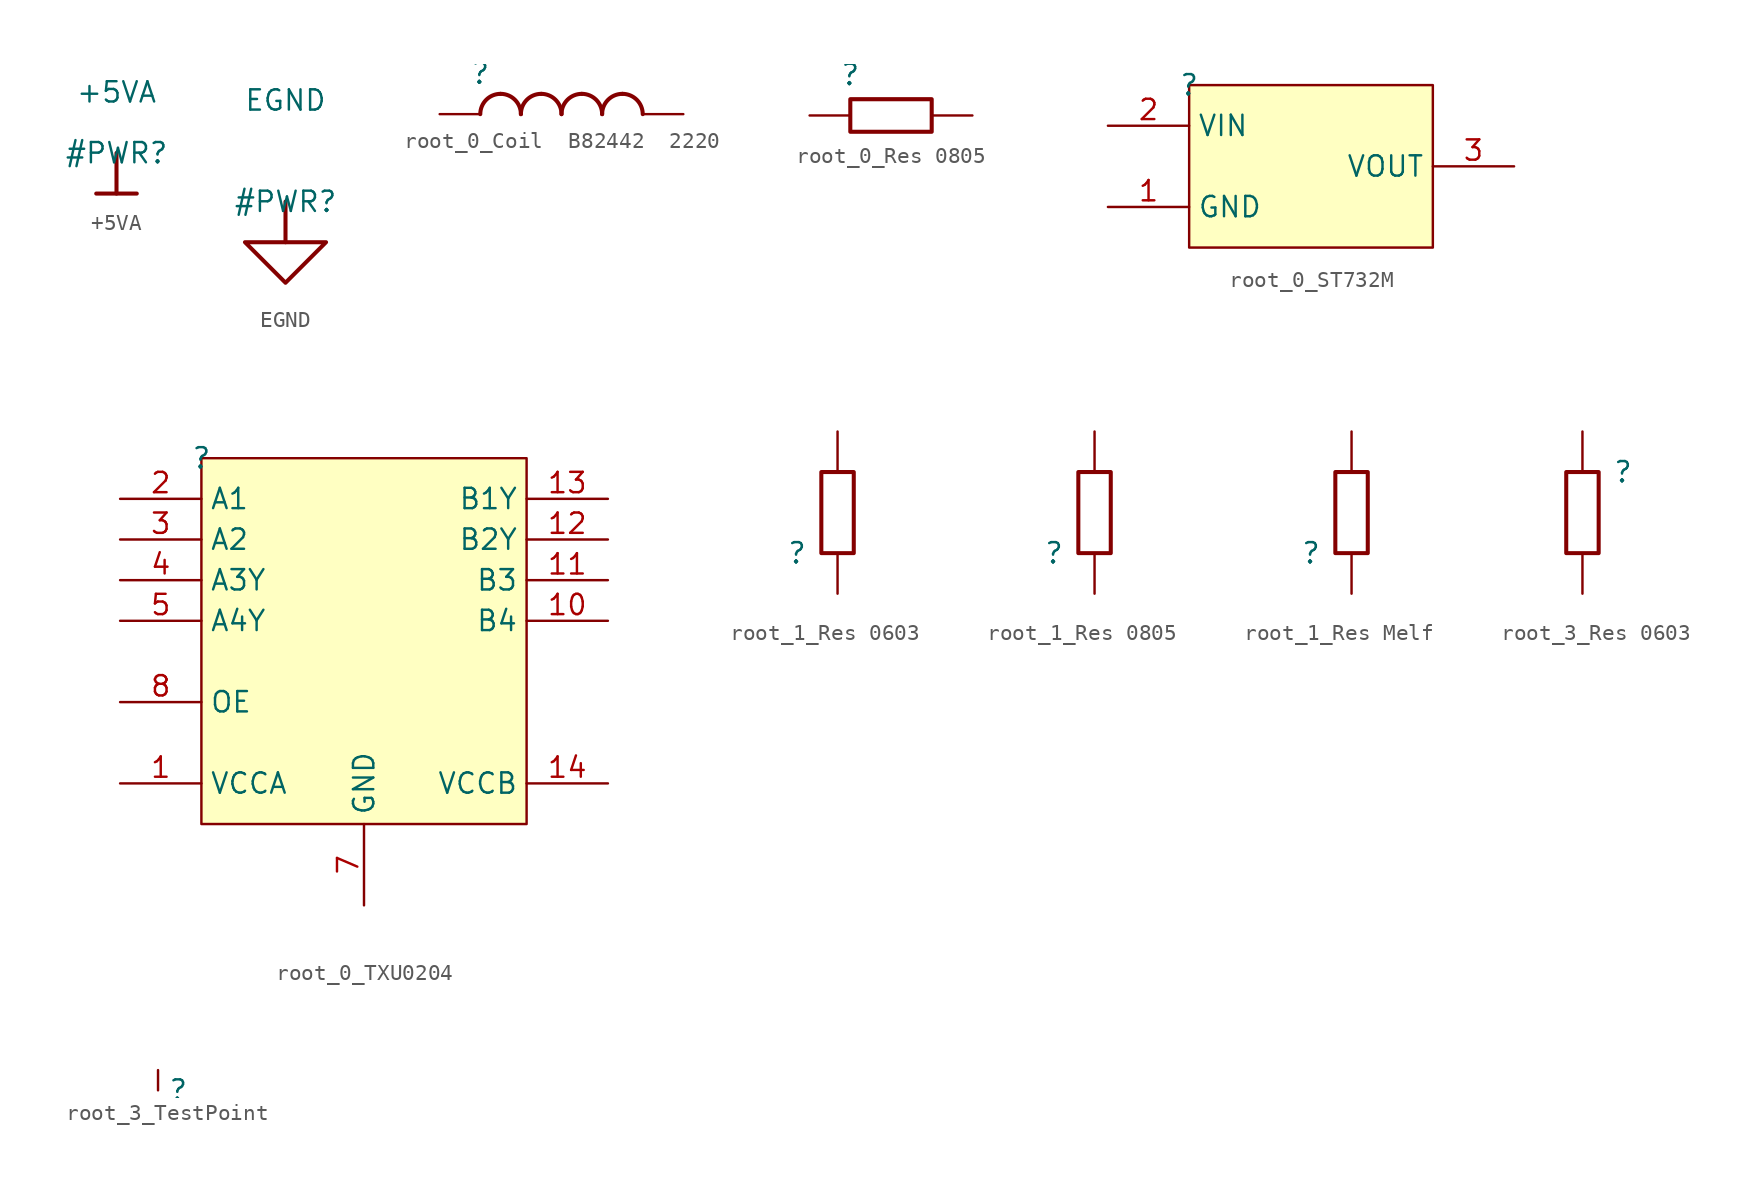
<source format=kicad_sym>
(kicad_symbol_lib
  (version 20220914)
  (generator kicad_symbol_editor)
  (symbol "+5VA"
    (power)
    (property "Reference" "#PWR"
      (at 0 0 0)
      (effects (font (size 1.27 1.27))))
    (property "Value" "+5VA"
      (at 0 3.81 0)
      (effects (font (size 1.27 1.27))))
    (symbol "+5VA_0_0"
      (polyline (pts (xy -1.27 -2.54) (xy 1.27 -2.54)) (stroke (width 0.254) (type solid)) (fill (type none)))
      (polyline (pts (xy 0 0) (xy 0 -2.54)) (stroke (width 0.254) (type solid)) (fill (type none)))
      (pin power_in line (at 0 0 0) (length 0) hide (name "+5VA" (effects (font (size 1.27 1.27)))) (number "" (effects (font (size 1.27 1.27)))))))
  (symbol "EGND"
    (power)
    (property "Reference" "#PWR"
      (at 0 0 0)
      (effects (font (size 1.27 1.27))))
    (property "Value" "EGND"
      (at 0 6.35 0)
      (effects (font (size 1.27 1.27))))
    (symbol "EGND_0_0"
      (polyline (pts (xy 0 0) (xy 0 -2.54)) (stroke (width 0.254) (type solid)) (fill (type none)))
      (polyline (pts (xy -2.54 -2.54) (xy 2.54 -2.54) (xy 0 -5.08) (xy -2.54 -2.54)) (stroke (width 0.254) (type solid)) (fill (type none)))
      (pin power_in line (at 0 0 0) (length 0) hide (name "EGND" (effects (font (size 1.27 1.27)))) (number "" (effects (font (size 1.27 1.27)))))))
  (symbol "root_0_Coil  B82442  2220"
    (property "Reference" ""
      (at 0 0 0)
      (effects (font (size 1.27 1.27))))
    (property "Value" ""
      (at 0 0 0)
      (effects (font (size 1.27 1.27))))
    (symbol "root_0_Coil  B82442  2220_1_0"
      (arc (start 1.27 -1.27) (mid 0.372 -1.642) (end 0 -2.54) (stroke (width 0.254) (type solid)) (fill (type none)))
      (arc (start 2.54 -2.54) (mid 2.168 -1.642) (end 1.27 -1.27) (stroke (width 0.254) (type solid)) (fill (type none)))
      (arc (start 3.81 -1.27) (mid 2.912 -1.642) (end 2.54 -2.54) (stroke (width 0.254) (type solid)) (fill (type none)))
      (arc (start 5.08 -2.54) (mid 4.708 -1.642) (end 3.81 -1.27) (stroke (width 0.254) (type solid)) (fill (type none)))
      (arc (start 6.35 -1.27) (mid 5.452 -1.642) (end 5.08 -2.54) (stroke (width 0.254) (type solid)) (fill (type none)))
      (arc (start 7.62 -2.54) (mid 7.248 -1.642) (end 6.35 -1.27) (stroke (width 0.254) (type solid)) (fill (type none)))
      (arc (start 8.89 -1.27) (mid 7.992 -1.642) (end 7.62 -2.54) (stroke (width 0.254) (type solid)) (fill (type none)))
      (arc (start 10.16 -2.54) (mid 9.788 -1.642) (end 8.89 -1.27) (stroke (width 0.254) (type solid)) (fill (type none)))
      (pin passive line (at -2.54 -2.54 0) (length 2.54) (name "1" (effects (font (size 0 0)))) (number "1" (effects (font (size 0 0)))))
      (pin passive line (at 12.7 -2.54 180) (length 2.54) (name "2" (effects (font (size 0 0)))) (number "2" (effects (font (size 0 0)))))))
  (symbol "root_0_Res 0805"
    (property "Reference" ""
      (at 0 0 0)
      (effects (font (size 1.27 1.27))))
    (property "Value" ""
      (at 0 0 0)
      (effects (font (size 1.27 1.27))))
    (symbol "root_0_Res 0805_1_0"
      (rectangle (start 5.08 -1.524) (end 0 -3.556) (stroke (width 0.254) (type solid)) (fill (type none)))
      (pin passive line (at -2.54 -2.54 0) (length 2.54) (name "1" (effects (font (size 0 0)))) (number "1" (effects (font (size 0 0)))))
      (pin passive line (at 7.62 -2.54 180) (length 2.54) (name "2" (effects (font (size 0 0)))) (number "2" (effects (font (size 0 0)))))))
  (symbol "root_0_ST732M"
    (property "Reference" ""
      (at 0 0 0)
      (effects (font (size 1.27 1.27))))
    (property "Value" ""
      (at 0 0 0)
      (effects (font (size 1.27 1.27))))
    (symbol "root_0_ST732M_1_0"
      (rectangle (start 15.24 0) (end 0 -10.16) (stroke (width 0) (type solid)) (fill (type background)))
      (pin power_in line (at -5.08 -7.62 0) (length 5.08) (name "GND" (effects (font (size 1.27 1.27)))) (number "1" (effects (font (size 1.27 1.27)))))
      (pin passive line (at -5.08 -2.54 0) (length 5.08) (name "VIN" (effects (font (size 1.27 1.27)))) (number "2" (effects (font (size 1.27 1.27)))))
      (pin passive line (at 20.32 -5.08 180) (length 5.08) (name "VOUT" (effects (font (size 1.27 1.27)))) (number "3" (effects (font (size 1.27 1.27)))))))
  (symbol "root_0_TXU0204"
    (property "Reference" ""
      (at 0 0 0)
      (effects (font (size 1.27 1.27))))
    (property "Value" ""
      (at 0 0 0)
      (effects (font (size 1.27 1.27))))
    (symbol "root_0_TXU0204_1_0"
      (rectangle (start 20.32 0) (end 0 -22.86) (stroke (width 0) (type solid)) (fill (type background)))
      (pin power_in line (at -5.08 -20.32 0) (length 5.08) (name "VCCA" (effects (font (size 1.27 1.27)))) (number "1" (effects (font (size 1.27 1.27)))))
      (pin input line (at 25.4 -10.16 180) (length 5.08) (name "B4" (effects (font (size 1.27 1.27)))) (number "10" (effects (font (size 1.27 1.27)))))
      (pin input line (at 25.4 -7.62 180) (length 5.08) (name "B3" (effects (font (size 1.27 1.27)))) (number "11" (effects (font (size 1.27 1.27)))))
      (pin output line (at 25.4 -5.08 180) (length 5.08) (name "B2Y" (effects (font (size 1.27 1.27)))) (number "12" (effects (font (size 1.27 1.27)))))
      (pin output line (at 25.4 -2.54 180) (length 5.08) (name "B1Y" (effects (font (size 1.27 1.27)))) (number "13" (effects (font (size 1.27 1.27)))))
      (pin power_in line (at 25.4 -20.32 180) (length 5.08) (name "VCCB" (effects (font (size 1.27 1.27)))) (number "14" (effects (font (size 1.27 1.27)))))
      (pin input line (at -5.08 -2.54 0) (length 5.08) (name "A1" (effects (font (size 1.27 1.27)))) (number "2" (effects (font (size 1.27 1.27)))))
      (pin input line (at -5.08 -5.08 0) (length 5.08) (name "A2" (effects (font (size 1.27 1.27)))) (number "3" (effects (font (size 1.27 1.27)))))
      (pin output line (at -5.08 -7.62 0) (length 5.08) (name "A3Y" (effects (font (size 1.27 1.27)))) (number "4" (effects (font (size 1.27 1.27)))))
      (pin output line (at -5.08 -10.16 0) (length 5.08) (name "A4Y" (effects (font (size 1.27 1.27)))) (number "5" (effects (font (size 1.27 1.27)))))
      (pin power_in line (at 10.16 -27.94 90) (length 5.08) (name "GND" (effects (font (size 1.27 1.27)))) (number "7" (effects (font (size 1.27 1.27)))))
      (pin input line (at -5.08 -15.24 0) (length 5.08) (name "OE" (effects (font (size 1.27 1.27)))) (number "8" (effects (font (size 1.27 1.27)))))))
  (symbol "root_1_Res 0603"
    (property "Reference" ""
      (at 0 0 0)
      (effects (font (size 1.27 1.27))))
    (property "Value" ""
      (at 0 0 0)
      (effects (font (size 1.27 1.27))))
    (symbol "root_1_Res 0603_1_0"
      (rectangle (start 3.556 5.08) (end 1.524 0) (stroke (width 0.254) (type solid)) (fill (type none)))
      (pin passive line (at 2.54 -2.54 90) (length 2.54) (name "1" (effects (font (size 0 0)))) (number "1" (effects (font (size 0 0)))))
      (pin passive line (at 2.54 7.62 270) (length 2.54) (name "2" (effects (font (size 0 0)))) (number "2" (effects (font (size 0 0)))))))
  (symbol "root_1_Res 0805"
    (property "Reference" ""
      (at 0 0 0)
      (effects (font (size 1.27 1.27))))
    (property "Value" ""
      (at 0 0 0)
      (effects (font (size 1.27 1.27))))
    (symbol "root_1_Res 0805_1_0"
      (rectangle (start 3.556 5.08) (end 1.524 0) (stroke (width 0.254) (type solid)) (fill (type none)))
      (pin passive line (at 2.54 -2.54 90) (length 2.54) (name "1" (effects (font (size 0 0)))) (number "1" (effects (font (size 0 0)))))
      (pin passive line (at 2.54 7.62 270) (length 2.54) (name "2" (effects (font (size 0 0)))) (number "2" (effects (font (size 0 0)))))))
  (symbol "root_1_Res Melf"
    (property "Reference" ""
      (at 0 0 0)
      (effects (font (size 1.27 1.27))))
    (property "Value" ""
      (at 0 0 0)
      (effects (font (size 1.27 1.27))))
    (symbol "root_1_Res Melf_1_0"
      (rectangle (start 3.556 5.08) (end 1.524 0) (stroke (width 0.254) (type solid)) (fill (type none)))
      (pin passive line (at 2.54 -2.54 90) (length 2.54) (name "1" (effects (font (size 0 0)))) (number "1" (effects (font (size 0 0)))))
      (pin passive line (at 2.54 7.62 270) (length 2.54) (name "2" (effects (font (size 0 0)))) (number "2" (effects (font (size 0 0)))))))
  (symbol "root_3_Res 0603"
    (property "Reference" ""
      (at 0 0 0)
      (effects (font (size 1.27 1.27))))
    (property "Value" ""
      (at 0 0 0)
      (effects (font (size 1.27 1.27))))
    (symbol "root_3_Res 0603_1_0"
      (rectangle (start -1.524 0) (end -3.556 -5.08) (stroke (width 0.254) (type solid)) (fill (type none)))
      (pin passive line (at -2.54 2.54 270) (length 2.54) (name "1" (effects (font (size 0 0)))) (number "1" (effects (font (size 0 0)))))
      (pin passive line (at -2.54 -7.62 90) (length 2.54) (name "2" (effects (font (size 0 0)))) (number "2" (effects (font (size 0 0)))))))
  (symbol "root_3_TestPoint"
    (property "Reference" ""
      (at 0 0 0)
      (effects (font (size 1.27 1.27))))
    (property "Value" ""
      (at 0 0 0)
      (effects (font (size 1.27 1.27))))
    (symbol "root_3_TestPoint_1_0"
      (pin passive line (at -1.27 1.27 270) (length 1.27) (name "" (effects (font (size 0 0)))) (number "1" (effects (font (size 0 0))))))))
</source>
